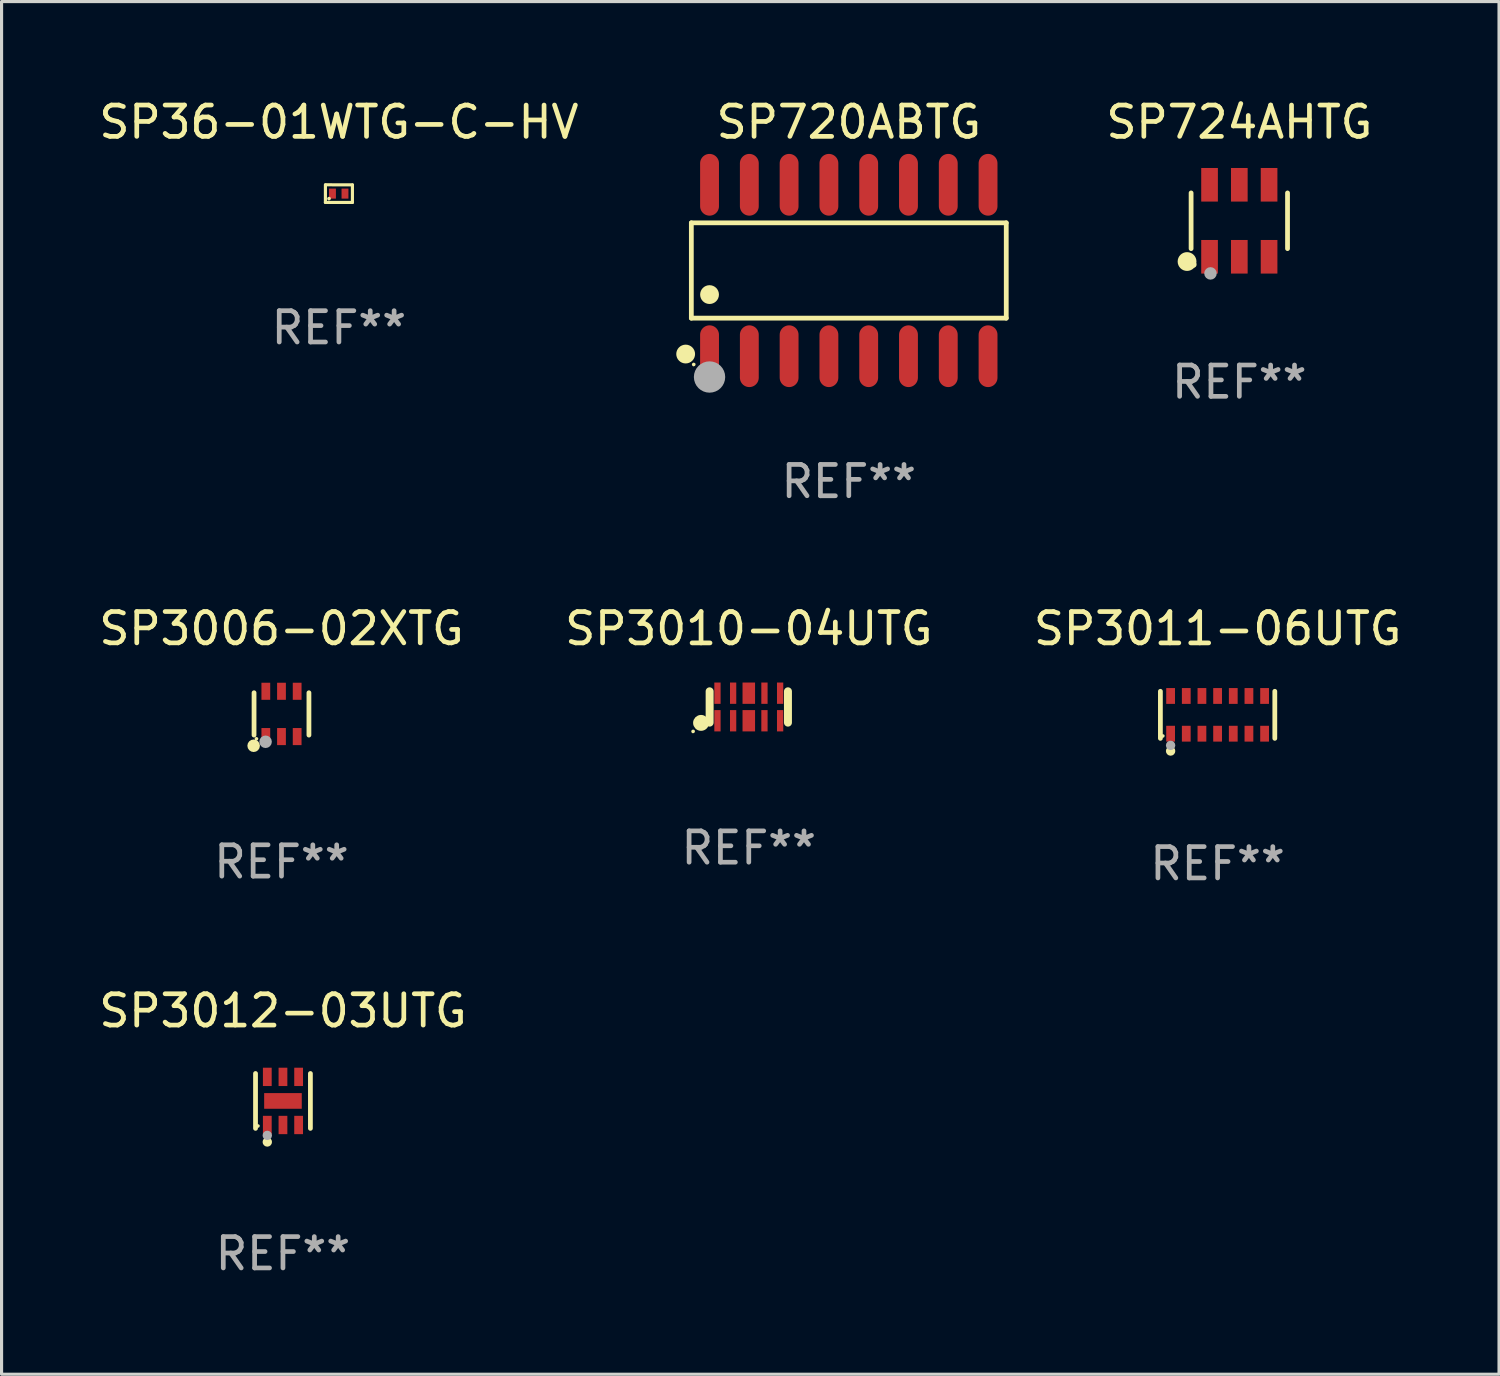
<source format=kicad_pcb>
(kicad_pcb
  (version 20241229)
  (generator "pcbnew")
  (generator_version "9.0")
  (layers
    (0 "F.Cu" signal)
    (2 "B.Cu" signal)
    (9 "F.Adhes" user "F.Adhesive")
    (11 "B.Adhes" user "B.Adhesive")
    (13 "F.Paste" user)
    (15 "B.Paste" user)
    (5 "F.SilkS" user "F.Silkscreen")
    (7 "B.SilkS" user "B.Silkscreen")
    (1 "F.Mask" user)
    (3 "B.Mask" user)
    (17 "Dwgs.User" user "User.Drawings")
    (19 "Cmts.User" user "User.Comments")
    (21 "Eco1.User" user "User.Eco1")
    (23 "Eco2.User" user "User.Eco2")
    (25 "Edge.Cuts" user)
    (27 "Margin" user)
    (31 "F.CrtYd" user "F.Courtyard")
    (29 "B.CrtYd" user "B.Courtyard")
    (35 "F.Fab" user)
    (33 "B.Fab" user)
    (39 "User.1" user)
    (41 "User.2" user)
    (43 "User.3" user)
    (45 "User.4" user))
  (footprint "SP36-01WTG-C-HV"
    (layer "F.Cu")
    (at 7.768 3.13)
    (property "Reference" "SP36-01WTG-C-HV" (at 0 -2.282 0) (layer "F.SilkS") (effects (font (size 1 1) (thickness 0.15))))
    (attr through_hole)
    (fp_line (start -0.431 0.282) (end -0.431 -0.279) (stroke (width 0.1) (type solid)) (layer "F.SilkS"))
    (fp_line (start -0.428 -0.282) (end 0.431 -0.279) (stroke (width 0.1) (type solid)) (layer "F.SilkS"))
    (fp_line (start 0.431 -0.279) (end 0.431 0.282) (stroke (width 0.1) (type solid)) (layer "F.SilkS"))
    (fp_line (start 0.431 0.282) (end -0.431 0.282) (stroke (width 0.1) (type solid)) (layer "F.SilkS"))
    (fp_circle (center -0.316 0.16) (end -0.286 0.16) (stroke (width 0.06) (type solid)) (fill no) (layer "F.SilkS"))
    (fp_text user "REF**" (at 0 4.282 0) (layer "F.Fab") (effects (font (size 1 1) (thickness 0.15))))
    (pad "1" smd rect (at -0.206 0) (size 0.22 0.32) (layers "F.Cu" "F.Mask" "F.Paste"))
    (pad "2" smd rect (at 0.194 0) (size 0.22 0.32) (layers "F.Cu" "F.Mask" "F.Paste")))
  (footprint "SP3010-04UTG"
    (layer "F.Cu")
    (at 20.851 19.516)
    (property "Reference" "SP3010-04UTG" (at 0 -2.5 0) (layer "F.SilkS") (effects (font (size 1 1) (thickness 0.15))))
    (attr through_hole)
    (fp_line (start -1.25 0.5) (end -1.25 -0.5) (stroke (width 0.254) (type solid)) (layer "F.SilkS"))
    (fp_line (start 1.25 -0.5) (end 1.25 0.5) (stroke (width 0.254) (type solid)) (layer "F.SilkS"))
    (fp_circle (center -1.778 0.78) (end -1.748 0.78) (stroke (width 0.06) (type solid)) (fill no) (layer "F.SilkS"))
    (fp_circle (center -1.524 0.508) (end -1.397 0.508) (stroke (width 0.254) (type solid)) (fill no) (layer "F.SilkS"))
    (fp_text user "REF**" (at 0 4.5 0) (layer "F.Fab") (effects (font (size 1 1) (thickness 0.15))))
    (pad "1" smd rect (at -1 0.44 90) (size 0.68 0.2) (layers "F.Cu" "F.Mask" "F.Paste"))
    (pad "2" smd rect (at -0.5 0.44 90) (size 0.68 0.2) (layers "F.Cu" "F.Mask" "F.Paste"))
    (pad "3" smd rect (at 0 0.44 90) (size 0.68 0.4) (layers "F.Cu" "F.Mask" "F.Paste"))
    (pad "4" smd rect (at 0.5 0.44 90) (size 0.68 0.2) (layers "F.Cu" "F.Mask" "F.Paste"))
    (pad "5" smd rect (at 1 0.44 90) (size 0.68 0.2) (layers "F.Cu" "F.Mask" "F.Paste"))
    (pad "6" smd rect (at 1 -0.44 90) (size 0.68 0.2) (layers "F.Cu" "F.Mask" "F.Paste"))
    (pad "7" smd rect (at 0.5 -0.44 90) (size 0.68 0.2) (layers "F.Cu" "F.Mask" "F.Paste"))
    (pad "8" smd rect (at 0 -0.44 90) (size 0.68 0.4) (layers "F.Cu" "F.Mask" "F.Paste"))
    (pad "9" smd rect (at -0.5 -0.44 90) (size 0.68 0.2) (layers "F.Cu" "F.Mask" "F.Paste"))
    (pad "10" smd rect (at -1 -0.44 90) (size 0.68 0.2) (layers "F.Cu" "F.Mask" "F.Paste")))
  (footprint "SP3006-02XTG"
    (layer "F.Cu")
    (at 5.935 19.738)
    (property "Reference" "SP3006-02XTG" (at 0 -2.723 0) (layer "F.SilkS") (effects (font (size 1 1) (thickness 0.15))))
    (attr through_hole)
    (fp_line (start -0.876 0.676) (end -0.876 -0.676) (stroke (width 0.152) (type solid)) (layer "F.SilkS"))
    (fp_line (start 0.876 0.676) (end 0.876 -0.676) (stroke (width 0.152) (type solid)) (layer "F.SilkS"))
    (fp_circle (center -0.889 1.016) (end -0.789 1.016) (stroke (width 0.2) (type solid)) (fill no) (layer "F.SilkS"))
    (fp_circle (center -0.8 0.795) (end -0.77 0.795) (stroke (width 0.06) (type solid)) (fill no) (layer "F.SilkS"))
    (fp_circle (center -0.508 0.889) (end -0.408 0.889) (stroke (width 0.2) (type solid)) (fill no) (layer "F.Fab"))
    (fp_text user "REF**" (at 0 4.723 0) (layer "F.Fab") (effects (font (size 1 1) (thickness 0.15))))
    (pad "1" smd rect (at -0.5 0.723) (size 0.28 0.545) (layers "F.Cu" "F.Mask" "F.Paste"))
    (pad "2" smd rect (at 0 0.723) (size 0.28 0.545) (layers "F.Cu" "F.Mask" "F.Paste"))
    (pad "3" smd rect (at 0.5 0.723) (size 0.28 0.545) (layers "F.Cu" "F.Mask" "F.Paste"))
    (pad "4" smd rect (at 0.5 -0.723) (size 0.28 0.545) (layers "F.Cu" "F.Mask" "F.Paste"))
    (pad "5" smd rect (at 0 -0.723) (size 0.28 0.545) (layers "F.Cu" "F.Mask" "F.Paste"))
    (pad "6" smd rect (at -0.5 -0.723) (size 0.28 0.545) (layers "F.Cu" "F.Mask" "F.Paste")))
  (footprint "SP3011-06UTG"
    (layer "F.Cu")
    (at 35.815 19.767)
    (property "Reference" "SP3011-06UTG" (at 0 -2.751 0) (layer "F.SilkS") (effects (font (size 1 1) (thickness 0.15))))
    (attr through_hole)
    (fp_line (start -1.826 0.751) (end -1.826 -0.751) (stroke (width 0.152) (type solid)) (layer "F.SilkS"))
    (fp_line (start 1.826 0.751) (end 1.826 -0.751) (stroke (width 0.152) (type solid)) (layer "F.SilkS"))
    (fp_circle (center -1.75 0.675) (end -1.72 0.675) (stroke (width 0.06) (type solid)) (fill no) (layer "F.SilkS"))
    (fp_circle (center -1.5 1.155) (end -1.425 1.155) (stroke (width 0.15) (type solid)) (fill no) (layer "F.SilkS"))
    (fp_circle (center -1.5 0.975) (end -1.425 0.975) (stroke (width 0.15) (type solid)) (fill no) (layer "F.Fab"))
    (fp_text user "REF**" (at 0 4.751 0) (layer "F.Fab") (effects (font (size 1 1) (thickness 0.15))))
    (pad "1" smd rect (at -1.5 0.602) (size 0.28 0.505) (layers "F.Cu" "F.Mask" "F.Paste"))
    (pad "2" smd rect (at -1 0.602) (size 0.28 0.505) (layers "F.Cu" "F.Mask" "F.Paste"))
    (pad "3" smd rect (at -0.5 0.602) (size 0.28 0.505) (layers "F.Cu" "F.Mask" "F.Paste"))
    (pad "4" smd rect (at 0 0.602) (size 0.28 0.505) (layers "F.Cu" "F.Mask" "F.Paste"))
    (pad "5" smd rect (at 0.5 0.602) (size 0.28 0.505) (layers "F.Cu" "F.Mask" "F.Paste"))
    (pad "6" smd rect (at 1 0.602) (size 0.28 0.505) (layers "F.Cu" "F.Mask" "F.Paste"))
    (pad "7" smd rect (at 1.5 0.602) (size 0.28 0.505) (layers "F.Cu" "F.Mask" "F.Paste"))
    (pad "8" smd rect (at 1.5 -0.602) (size 0.28 0.505) (layers "F.Cu" "F.Mask" "F.Paste"))
    (pad "9" smd rect (at 1 -0.602) (size 0.28 0.505) (layers "F.Cu" "F.Mask" "F.Paste"))
    (pad "10" smd rect (at 0.5 -0.602) (size 0.28 0.505) (layers "F.Cu" "F.Mask" "F.Paste"))
    (pad "11" smd rect (at 0 -0.602) (size 0.28 0.505) (layers "F.Cu" "F.Mask" "F.Paste"))
    (pad "12" smd rect (at -0.5 -0.602) (size 0.28 0.505) (layers "F.Cu" "F.Mask" "F.Paste"))
    (pad "13" smd rect (at -1 -0.602) (size 0.28 0.505) (layers "F.Cu" "F.Mask" "F.Paste"))
    (pad "14" smd rect (at -1.5 -0.602) (size 0.28 0.505) (layers "F.Cu" "F.Mask" "F.Paste")))
  (footprint "SP724AHTG"
    (layer "F.Cu")
    (at 36.508 3.997)
    (property "Reference" "SP724AHTG" (at 0 -3.149 0) (layer "F.SilkS") (effects (font (size 1 1) (thickness 0.15))))
    (attr through_hole)
    (fp_line (start -1.539 0.889) (end -1.539 -0.889) (stroke (width 0.152) (type solid)) (layer "F.SilkS"))
    (fp_line (start 1.539 0.889) (end 1.539 -0.889) (stroke (width 0.152) (type solid)) (layer "F.SilkS"))
    (fp_circle (center -1.668 1.301) (end -1.518 1.301) (stroke (width 0.3) (type solid)) (fill no) (layer "F.SilkS"))
    (fp_circle (center -1.463 1.4) (end -1.413 1.4) (stroke (width 0.1) (type solid)) (fill no) (layer "F.SilkS"))
    (fp_circle (center -0.92 1.68) (end -0.82 1.68) (stroke (width 0.2) (type solid)) (fill no) (layer "F.Fab"))
    (fp_text user "REF**" (at 0 5.149 0) (layer "F.Fab") (effects (font (size 1 1) (thickness 0.15))))
    (pad "1" smd rect (at -0.95 1.149) (size 0.532 1.072) (layers "F.Cu" "F.Mask" "F.Paste"))
    (pad "2" smd rect (at 0 1.149) (size 0.532 1.072) (layers "F.Cu" "F.Mask" "F.Paste"))
    (pad "3" smd rect (at 0.95 1.149) (size 0.532 1.072) (layers "F.Cu" "F.Mask" "F.Paste"))
    (pad "4" smd rect (at 0.95 -1.149) (size 0.532 1.072) (layers "F.Cu" "F.Mask" "F.Paste"))
    (pad "5" smd rect (at 0 -1.149) (size 0.532 1.072) (layers "F.Cu" "F.Mask" "F.Paste"))
    (pad "6" smd rect (at -0.95 -1.149) (size 0.532 1.072) (layers "F.Cu" "F.Mask" "F.Paste")))
  (footprint "SP720ABTG"
    (layer "F.Cu")
    (at 24.043 5.584)
    (property "Reference" "SP720ABTG" (at 0 -4.736 0) (layer "F.SilkS") (effects (font (size 1 1) (thickness 0.15))))
    (attr through_hole)
    (fp_line (start -5.026 -1.521) (end 5.026 -1.521) (stroke (width 0.152) (type solid)) (layer "F.SilkS"))
    (fp_line (start -5.026 1.521) (end -5.026 -1.521) (stroke (width 0.152) (type solid)) (layer "F.SilkS"))
    (fp_line (start 5.026 -1.521) (end 5.026 1.521) (stroke (width 0.152) (type solid)) (layer "F.SilkS"))
    (fp_line (start 5.026 1.521) (end -5.026 1.521) (stroke (width 0.152) (type solid)) (layer "F.SilkS"))
    (fp_circle (center -5.207 2.667) (end -5.057 2.667) (stroke (width 0.3) (type solid)) (fill no) (layer "F.SilkS"))
    (fp_circle (center -4.95 3) (end -4.92 3) (stroke (width 0.06) (type solid)) (fill no) (layer "F.SilkS"))
    (fp_circle (center -4.445 0.769) (end -4.295 0.769) (stroke (width 0.3) (type solid)) (fill no) (layer "F.SilkS"))
    (fp_circle (center -4.445 3.4) (end -4.195 3.4) (stroke (width 0.5) (type solid)) (fill no) (layer "F.Fab"))
    (fp_text user "REF**" (at 0 6.736 0) (layer "F.Fab") (effects (font (size 1 1) (thickness 0.15))))
    (pad "1" smd oval (at -4.445 2.736) (size 0.602 1.971) (layers "F.Cu" "F.Mask" "F.Paste"))
    (pad "2" smd oval (at -3.175 2.736) (size 0.602 1.971) (layers "F.Cu" "F.Mask" "F.Paste"))
    (pad "3" smd oval (at -1.905 2.736) (size 0.602 1.971) (layers "F.Cu" "F.Mask" "F.Paste"))
    (pad "4" smd oval (at -0.635 2.736) (size 0.602 1.971) (layers "F.Cu" "F.Mask" "F.Paste"))
    (pad "5" smd oval (at 0.635 2.736) (size 0.602 1.971) (layers "F.Cu" "F.Mask" "F.Paste"))
    (pad "6" smd oval (at 1.905 2.736) (size 0.602 1.971) (layers "F.Cu" "F.Mask" "F.Paste"))
    (pad "7" smd oval (at 3.175 2.736) (size 0.602 1.971) (layers "F.Cu" "F.Mask" "F.Paste"))
    (pad "8" smd oval (at 4.445 2.736) (size 0.602 1.971) (layers "F.Cu" "F.Mask" "F.Paste"))
    (pad "9" smd oval (at 4.445 -2.736) (size 0.602 1.971) (layers "F.Cu" "F.Mask" "F.Paste"))
    (pad "10" smd oval (at 3.175 -2.736) (size 0.602 1.971) (layers "F.Cu" "F.Mask" "F.Paste"))
    (pad "11" smd oval (at 1.905 -2.736) (size 0.602 1.971) (layers "F.Cu" "F.Mask" "F.Paste"))
    (pad "12" smd oval (at 0.635 -2.736) (size 0.602 1.971) (layers "F.Cu" "F.Mask" "F.Paste"))
    (pad "13" smd oval (at -0.635 -2.736) (size 0.602 1.971) (layers "F.Cu" "F.Mask" "F.Paste"))
    (pad "14" smd oval (at -1.905 -2.736) (size 0.602 1.971) (layers "F.Cu" "F.Mask" "F.Paste"))
    (pad "15" smd oval (at -3.175 -2.736) (size 0.602 1.971) (layers "F.Cu" "F.Mask" "F.Paste"))
    (pad "16" smd oval (at -4.445 -2.736) (size 0.602 1.971) (layers "F.Cu" "F.Mask" "F.Paste")))
  (footprint "SP3012-03UTG"
    (layer "F.Cu")
    (at 5.982 32.091)
    (property "Reference" "SP3012-03UTG" (at 0 -2.876 0) (layer "F.SilkS") (effects (font (size 1 1) (thickness 0.15))))
    (attr through_hole)
    (fp_line (start -0.876 0.876) (end -0.876 -0.876) (stroke (width 0.152) (type solid)) (layer "F.SilkS"))
    (fp_line (start 0.876 0.876) (end 0.876 -0.876) (stroke (width 0.152) (type solid)) (layer "F.SilkS"))
    (fp_circle (center -0.8 0.8) (end -0.77 0.8) (stroke (width 0.06) (type solid)) (fill no) (layer "F.SilkS"))
    (fp_circle (center -0.5 1.31) (end -0.425 1.31) (stroke (width 0.15) (type solid)) (fill no) (layer "F.SilkS"))
    (fp_circle (center -0.5 1.1) (end -0.425 1.1) (stroke (width 0.15) (type solid)) (fill no) (layer "F.Fab"))
    (fp_text user "REF**" (at 0 4.876 0) (layer "F.Fab") (effects (font (size 1 1) (thickness 0.15))))
    (pad "1" smd rect (at -0.5 0.768) (size 0.28 0.585) (layers "F.Cu" "F.Mask" "F.Paste"))
    (pad "2" smd rect (at 0 0.768) (size 0.28 0.585) (layers "F.Cu" "F.Mask" "F.Paste"))
    (pad "3" smd rect (at 0.5 0.768) (size 0.28 0.585) (layers "F.Cu" "F.Mask" "F.Paste"))
    (pad "4" smd rect (at 0.5 -0.768) (size 0.28 0.585) (layers "F.Cu" "F.Mask" "F.Paste"))
    (pad "5" smd rect (at 0 -0.768) (size 0.28 0.585) (layers "F.Cu" "F.Mask" "F.Paste"))
    (pad "6" smd rect (at -0.5 -0.768) (size 0.28 0.585) (layers "F.Cu" "F.Mask" "F.Paste"))
    (pad "7" smd rect (at 0 0) (size 1.2 0.5) (layers "F.Cu" "F.Mask" "F.Paste")))
  (gr_rect
    (start -3 -3)
    (end 44.798 40.815)
    (stroke (width 0.1) (type default))
    (fill no)
    (layer "Edge.Cuts")))
</source>
